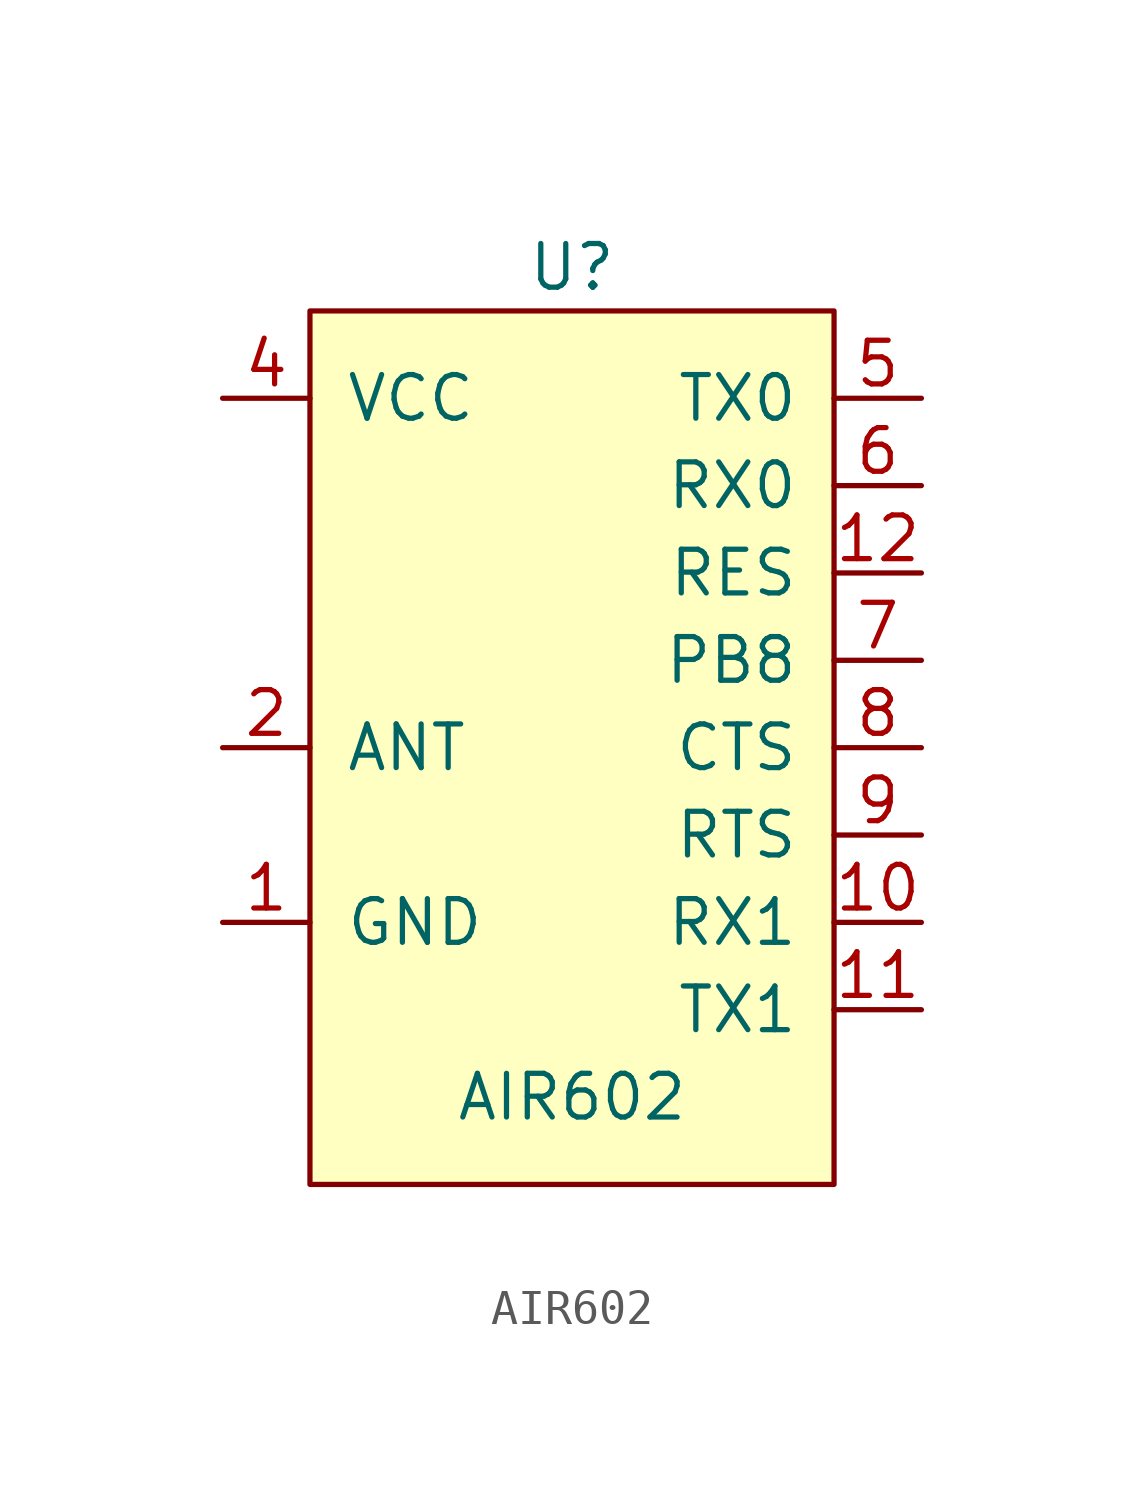
<source format=kicad_sym>
(kicad_symbol_lib
  (version 20211014)
  (generator kicad_symbol_editor)
  (symbol "AIR602"
    (pin_names
      (offset 1.016))
    (property "Reference" "U"
      (at 0 11.43 0)
      (effects (font (size 1.27 1.27))))
    (property "Value" "AIR602"
      (at 0 -12.7 0)
      (effects (font (size 1.27 1.27))))
    (symbol "AIR602_0_1"
      (rectangle (start -7.62 10.16) (end 7.62 -15.24) (stroke (width 0) (type default) (color 0 0 0 0)) (fill (type background))))
    (symbol "AIR602_1_1"
      (pin power_in line (at -10.16 -7.62 0) (length 2.54) (name "GND" (effects (font (size 1.27 1.27)))) (number "1" (effects (font (size 1.27 1.27)))))
      (pin bidirectional line (at 10.16 -7.62 180) (length 2.54) (name "RX1" (effects (font (size 1.27 1.27)))) (number "10" (effects (font (size 1.27 1.27)))))
      (pin bidirectional line (at 10.16 -10.16 180) (length 2.54) (name "TX1" (effects (font (size 1.27 1.27)))) (number "11" (effects (font (size 1.27 1.27)))))
      (pin input line (at 10.16 2.54 180) (length 2.54) (name "RES" (effects (font (size 1.27 1.27)))) (number "12" (effects (font (size 1.27 1.27)))))
      (pin bidirectional line (at -10.16 -2.54 0) (length 2.54) (name "ANT" (effects (font (size 1.27 1.27)))) (number "2" (effects (font (size 1.27 1.27)))))
      (pin passive line (at -10.16 -7.62 0) (length 2.54) hide (name "GND" (effects (font (size 1.27 1.27)))) (number "3" (effects (font (size 1.27 1.27)))))
      (pin power_in line (at -10.16 7.62 0) (length 2.54) (name "VCC" (effects (font (size 1.27 1.27)))) (number "4" (effects (font (size 1.27 1.27)))))
      (pin bidirectional line (at 10.16 7.62 180) (length 2.54) (name "TX0" (effects (font (size 1.27 1.27)))) (number "5" (effects (font (size 1.27 1.27)))))
      (pin bidirectional line (at 10.16 5.08 180) (length 2.54) (name "RX0" (effects (font (size 1.27 1.27)))) (number "6" (effects (font (size 1.27 1.27)))))
      (pin bidirectional line (at 10.16 0 180) (length 2.54) (name "PB8" (effects (font (size 1.27 1.27)))) (number "7" (effects (font (size 1.27 1.27)))))
      (pin bidirectional line (at 10.16 -2.54 180) (length 2.54) (name "CTS" (effects (font (size 1.27 1.27)))) (number "8" (effects (font (size 1.27 1.27)))))
      (pin bidirectional line (at 10.16 -5.08 180) (length 2.54) (name "RTS" (effects (font (size 1.27 1.27)))) (number "9" (effects (font (size 1.27 1.27))))))))
</source>
